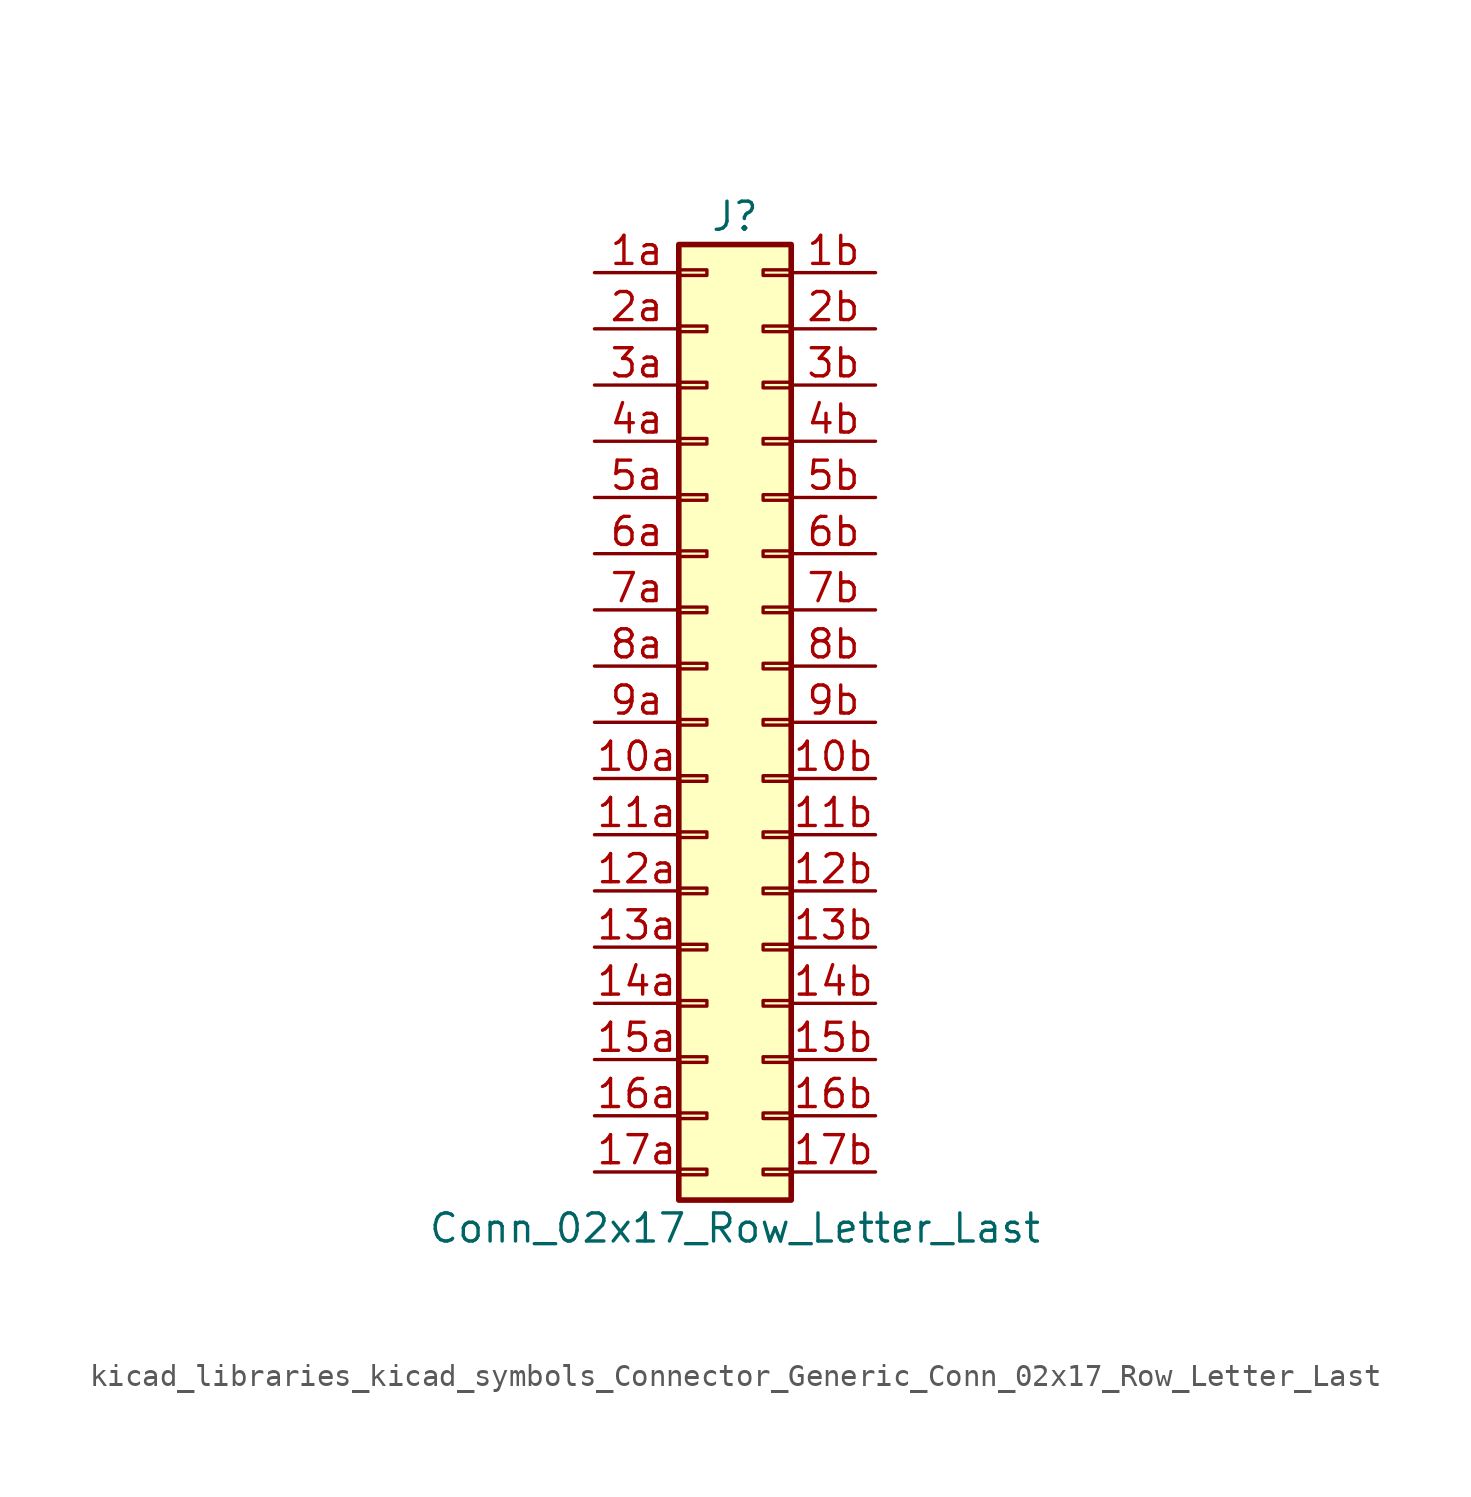
<source format=kicad_sym>
(kicad_symbol_lib
  (version 20220914)
  (generator kicad_symbol_editor)
  (symbol "kicad_libraries_kicad_symbols_Connector_Generic_Conn_02x17_Row_Letter_Last"
    (pin_names
      (offset 1.016) hide)
    (property "Reference" "J"
      (at 1.27 22.86 0)
      (effects (font (size 1.27 1.27))))
    (property "Value" "Conn_02x17_Row_Letter_Last"
      (at 1.27 -22.86 0)
      (effects (font (size 1.27 1.27))))
    (symbol "kicad_libraries_kicad_symbols_Connector_Generic_Conn_02x17_Row_Letter_Last_1_1"
      (rectangle (start -1.27 -20.193) (end 0 -20.447) (stroke (width 0.152) (type default)) (fill (type none)))
      (rectangle (start -1.27 -17.653) (end 0 -17.907) (stroke (width 0.152) (type default)) (fill (type none)))
      (rectangle (start -1.27 -15.113) (end 0 -15.367) (stroke (width 0.152) (type default)) (fill (type none)))
      (rectangle (start -1.27 -12.573) (end 0 -12.827) (stroke (width 0.152) (type default)) (fill (type none)))
      (rectangle (start -1.27 -10.033) (end 0 -10.287) (stroke (width 0.152) (type default)) (fill (type none)))
      (rectangle (start -1.27 -7.493) (end 0 -7.747) (stroke (width 0.152) (type default)) (fill (type none)))
      (rectangle (start -1.27 -4.953) (end 0 -5.207) (stroke (width 0.152) (type default)) (fill (type none)))
      (rectangle (start -1.27 -2.413) (end 0 -2.667) (stroke (width 0.152) (type default)) (fill (type none)))
      (rectangle (start -1.27 0.127) (end 0 -0.127) (stroke (width 0.152) (type default)) (fill (type none)))
      (rectangle (start -1.27 2.667) (end 0 2.413) (stroke (width 0.152) (type default)) (fill (type none)))
      (rectangle (start -1.27 5.207) (end 0 4.953) (stroke (width 0.152) (type default)) (fill (type none)))
      (rectangle (start -1.27 7.747) (end 0 7.493) (stroke (width 0.152) (type default)) (fill (type none)))
      (rectangle (start -1.27 10.287) (end 0 10.033) (stroke (width 0.152) (type default)) (fill (type none)))
      (rectangle (start -1.27 12.827) (end 0 12.573) (stroke (width 0.152) (type default)) (fill (type none)))
      (rectangle (start -1.27 15.367) (end 0 15.113) (stroke (width 0.152) (type default)) (fill (type none)))
      (rectangle (start -1.27 17.907) (end 0 17.653) (stroke (width 0.152) (type default)) (fill (type none)))
      (rectangle (start -1.27 20.447) (end 0 20.193) (stroke (width 0.152) (type default)) (fill (type none)))
      (rectangle (start -1.27 21.59) (end 3.81 -21.59) (stroke (width 0.254) (type default)) (fill (type background)))
      (rectangle (start 3.81 -20.193) (end 2.54 -20.447) (stroke (width 0.152) (type default)) (fill (type none)))
      (rectangle (start 3.81 -17.653) (end 2.54 -17.907) (stroke (width 0.152) (type default)) (fill (type none)))
      (rectangle (start 3.81 -15.113) (end 2.54 -15.367) (stroke (width 0.152) (type default)) (fill (type none)))
      (rectangle (start 3.81 -12.573) (end 2.54 -12.827) (stroke (width 0.152) (type default)) (fill (type none)))
      (rectangle (start 3.81 -10.033) (end 2.54 -10.287) (stroke (width 0.152) (type default)) (fill (type none)))
      (rectangle (start 3.81 -7.493) (end 2.54 -7.747) (stroke (width 0.152) (type default)) (fill (type none)))
      (rectangle (start 3.81 -4.953) (end 2.54 -5.207) (stroke (width 0.152) (type default)) (fill (type none)))
      (rectangle (start 3.81 -2.413) (end 2.54 -2.667) (stroke (width 0.152) (type default)) (fill (type none)))
      (rectangle (start 3.81 0.127) (end 2.54 -0.127) (stroke (width 0.152) (type default)) (fill (type none)))
      (rectangle (start 3.81 2.667) (end 2.54 2.413) (stroke (width 0.152) (type default)) (fill (type none)))
      (rectangle (start 3.81 5.207) (end 2.54 4.953) (stroke (width 0.152) (type default)) (fill (type none)))
      (rectangle (start 3.81 7.747) (end 2.54 7.493) (stroke (width 0.152) (type default)) (fill (type none)))
      (rectangle (start 3.81 10.287) (end 2.54 10.033) (stroke (width 0.152) (type default)) (fill (type none)))
      (rectangle (start 3.81 12.827) (end 2.54 12.573) (stroke (width 0.152) (type default)) (fill (type none)))
      (rectangle (start 3.81 15.367) (end 2.54 15.113) (stroke (width 0.152) (type default)) (fill (type none)))
      (rectangle (start 3.81 17.907) (end 2.54 17.653) (stroke (width 0.152) (type default)) (fill (type none)))
      (rectangle (start 3.81 20.447) (end 2.54 20.193) (stroke (width 0.152) (type default)) (fill (type none)))
      (pin passive line (at -5.08 -2.54 0) (length 3.81) (name "Pin_10a" (effects (font (size 1.27 1.27)))) (number "10a" (effects (font (size 1.27 1.27)))))
      (pin passive line (at 7.62 -2.54 180) (length 3.81) (name "Pin_10b" (effects (font (size 1.27 1.27)))) (number "10b" (effects (font (size 1.27 1.27)))))
      (pin passive line (at -5.08 -5.08 0) (length 3.81) (name "Pin_11a" (effects (font (size 1.27 1.27)))) (number "11a" (effects (font (size 1.27 1.27)))))
      (pin passive line (at 7.62 -5.08 180) (length 3.81) (name "Pin_11b" (effects (font (size 1.27 1.27)))) (number "11b" (effects (font (size 1.27 1.27)))))
      (pin passive line (at -5.08 -7.62 0) (length 3.81) (name "Pin_12a" (effects (font (size 1.27 1.27)))) (number "12a" (effects (font (size 1.27 1.27)))))
      (pin passive line (at 7.62 -7.62 180) (length 3.81) (name "Pin_12b" (effects (font (size 1.27 1.27)))) (number "12b" (effects (font (size 1.27 1.27)))))
      (pin passive line (at -5.08 -10.16 0) (length 3.81) (name "Pin_13a" (effects (font (size 1.27 1.27)))) (number "13a" (effects (font (size 1.27 1.27)))))
      (pin passive line (at 7.62 -10.16 180) (length 3.81) (name "Pin_13b" (effects (font (size 1.27 1.27)))) (number "13b" (effects (font (size 1.27 1.27)))))
      (pin passive line (at -5.08 -12.7 0) (length 3.81) (name "Pin_14a" (effects (font (size 1.27 1.27)))) (number "14a" (effects (font (size 1.27 1.27)))))
      (pin passive line (at 7.62 -12.7 180) (length 3.81) (name "Pin_14b" (effects (font (size 1.27 1.27)))) (number "14b" (effects (font (size 1.27 1.27)))))
      (pin passive line (at -5.08 -15.24 0) (length 3.81) (name "Pin_15a" (effects (font (size 1.27 1.27)))) (number "15a" (effects (font (size 1.27 1.27)))))
      (pin passive line (at 7.62 -15.24 180) (length 3.81) (name "Pin_15b" (effects (font (size 1.27 1.27)))) (number "15b" (effects (font (size 1.27 1.27)))))
      (pin passive line (at -5.08 -17.78 0) (length 3.81) (name "Pin_16a" (effects (font (size 1.27 1.27)))) (number "16a" (effects (font (size 1.27 1.27)))))
      (pin passive line (at 7.62 -17.78 180) (length 3.81) (name "Pin_16b" (effects (font (size 1.27 1.27)))) (number "16b" (effects (font (size 1.27 1.27)))))
      (pin passive line (at -5.08 -20.32 0) (length 3.81) (name "Pin_17a" (effects (font (size 1.27 1.27)))) (number "17a" (effects (font (size 1.27 1.27)))))
      (pin passive line (at 7.62 -20.32 180) (length 3.81) (name "Pin_17b" (effects (font (size 1.27 1.27)))) (number "17b" (effects (font (size 1.27 1.27)))))
      (pin passive line (at -5.08 20.32 0) (length 3.81) (name "Pin_1a" (effects (font (size 1.27 1.27)))) (number "1a" (effects (font (size 1.27 1.27)))))
      (pin passive line (at 7.62 20.32 180) (length 3.81) (name "Pin_1b" (effects (font (size 1.27 1.27)))) (number "1b" (effects (font (size 1.27 1.27)))))
      (pin passive line (at -5.08 17.78 0) (length 3.81) (name "Pin_2a" (effects (font (size 1.27 1.27)))) (number "2a" (effects (font (size 1.27 1.27)))))
      (pin passive line (at 7.62 17.78 180) (length 3.81) (name "Pin_2b" (effects (font (size 1.27 1.27)))) (number "2b" (effects (font (size 1.27 1.27)))))
      (pin passive line (at -5.08 15.24 0) (length 3.81) (name "Pin_3a" (effects (font (size 1.27 1.27)))) (number "3a" (effects (font (size 1.27 1.27)))))
      (pin passive line (at 7.62 15.24 180) (length 3.81) (name "Pin_3b" (effects (font (size 1.27 1.27)))) (number "3b" (effects (font (size 1.27 1.27)))))
      (pin passive line (at -5.08 12.7 0) (length 3.81) (name "Pin_4a" (effects (font (size 1.27 1.27)))) (number "4a" (effects (font (size 1.27 1.27)))))
      (pin passive line (at 7.62 12.7 180) (length 3.81) (name "Pin_4b" (effects (font (size 1.27 1.27)))) (number "4b" (effects (font (size 1.27 1.27)))))
      (pin passive line (at -5.08 10.16 0) (length 3.81) (name "Pin_5a" (effects (font (size 1.27 1.27)))) (number "5a" (effects (font (size 1.27 1.27)))))
      (pin passive line (at 7.62 10.16 180) (length 3.81) (name "Pin_5b" (effects (font (size 1.27 1.27)))) (number "5b" (effects (font (size 1.27 1.27)))))
      (pin passive line (at -5.08 7.62 0) (length 3.81) (name "Pin_6a" (effects (font (size 1.27 1.27)))) (number "6a" (effects (font (size 1.27 1.27)))))
      (pin passive line (at 7.62 7.62 180) (length 3.81) (name "Pin_6b" (effects (font (size 1.27 1.27)))) (number "6b" (effects (font (size 1.27 1.27)))))
      (pin passive line (at -5.08 5.08 0) (length 3.81) (name "Pin_7a" (effects (font (size 1.27 1.27)))) (number "7a" (effects (font (size 1.27 1.27)))))
      (pin passive line (at 7.62 5.08 180) (length 3.81) (name "Pin_7b" (effects (font (size 1.27 1.27)))) (number "7b" (effects (font (size 1.27 1.27)))))
      (pin passive line (at -5.08 2.54 0) (length 3.81) (name "Pin_8a" (effects (font (size 1.27 1.27)))) (number "8a" (effects (font (size 1.27 1.27)))))
      (pin passive line (at 7.62 2.54 180) (length 3.81) (name "Pin_8b" (effects (font (size 1.27 1.27)))) (number "8b" (effects (font (size 1.27 1.27)))))
      (pin passive line (at -5.08 0 0) (length 3.81) (name "Pin_9a" (effects (font (size 1.27 1.27)))) (number "9a" (effects (font (size 1.27 1.27)))))
      (pin passive line (at 7.62 0 180) (length 3.81) (name "Pin_9b" (effects (font (size 1.27 1.27)))) (number "9b" (effects (font (size 1.27 1.27))))))))
</source>
